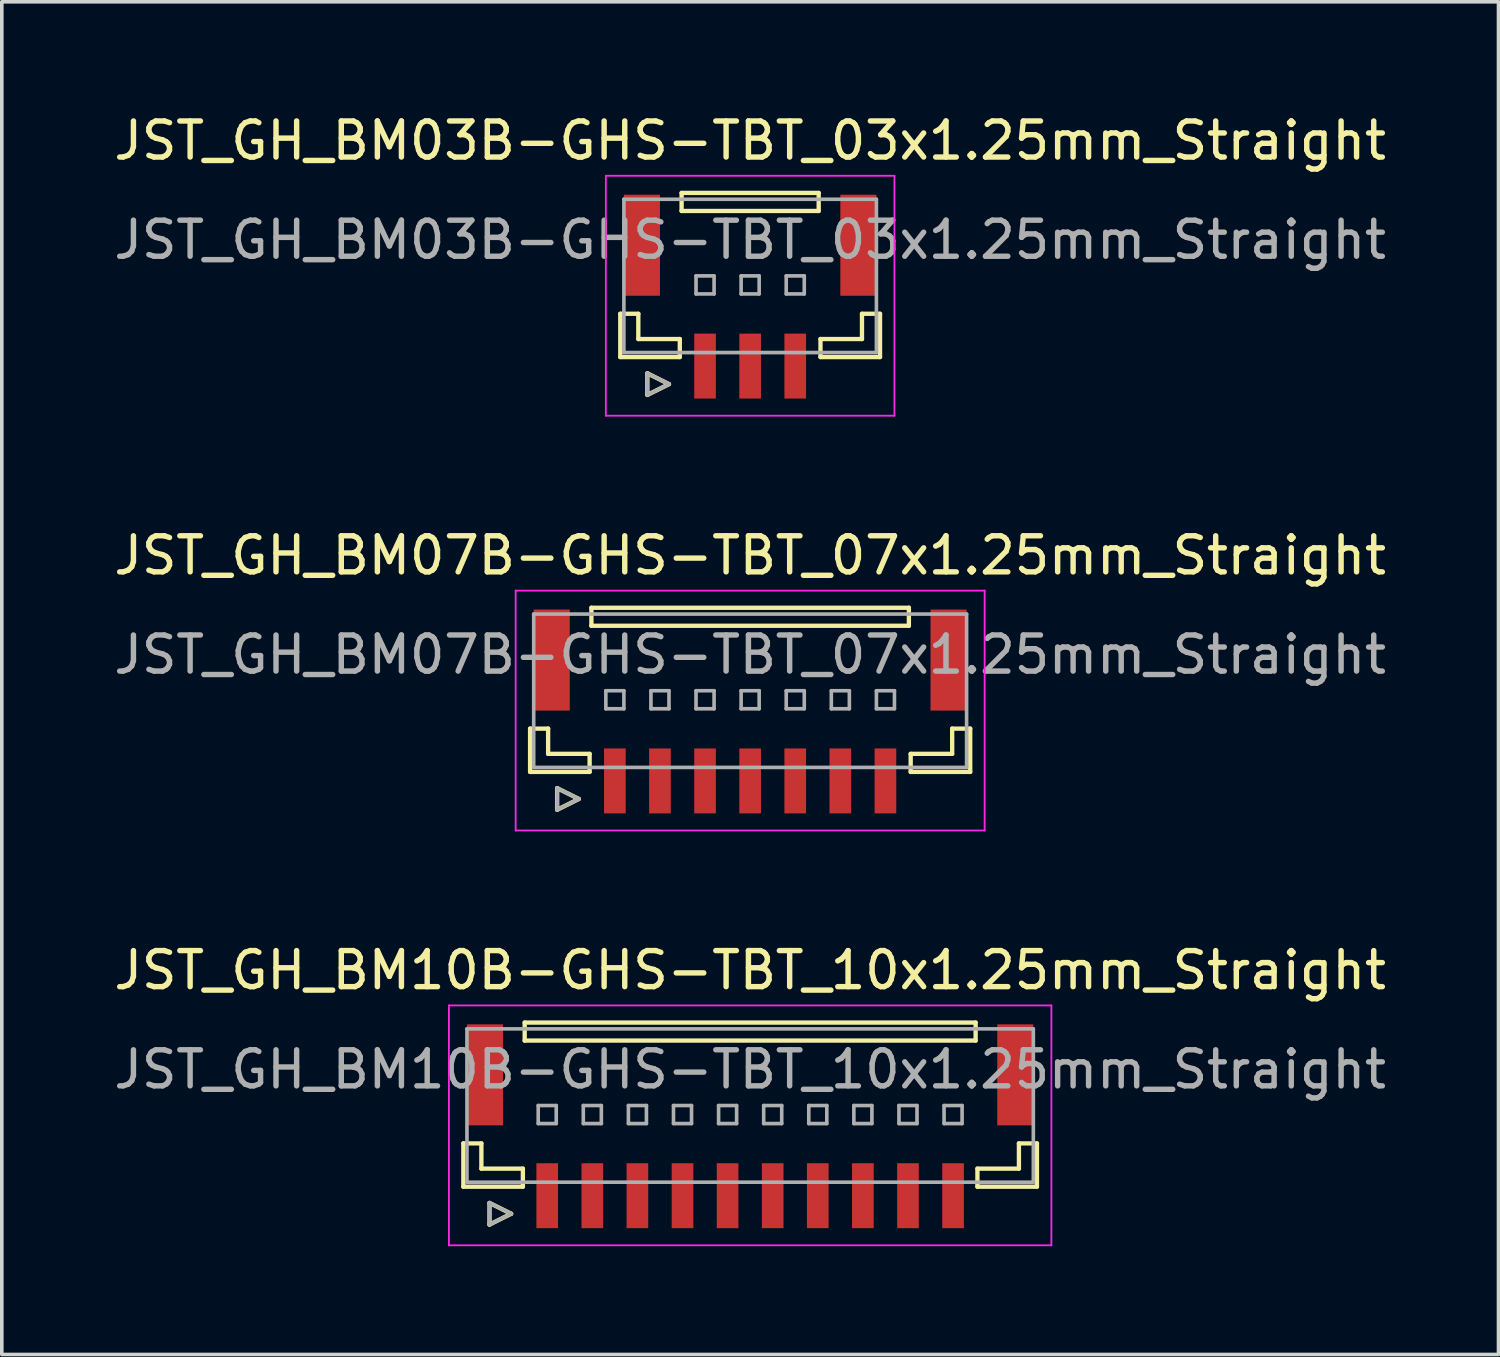
<source format=kicad_pcb>
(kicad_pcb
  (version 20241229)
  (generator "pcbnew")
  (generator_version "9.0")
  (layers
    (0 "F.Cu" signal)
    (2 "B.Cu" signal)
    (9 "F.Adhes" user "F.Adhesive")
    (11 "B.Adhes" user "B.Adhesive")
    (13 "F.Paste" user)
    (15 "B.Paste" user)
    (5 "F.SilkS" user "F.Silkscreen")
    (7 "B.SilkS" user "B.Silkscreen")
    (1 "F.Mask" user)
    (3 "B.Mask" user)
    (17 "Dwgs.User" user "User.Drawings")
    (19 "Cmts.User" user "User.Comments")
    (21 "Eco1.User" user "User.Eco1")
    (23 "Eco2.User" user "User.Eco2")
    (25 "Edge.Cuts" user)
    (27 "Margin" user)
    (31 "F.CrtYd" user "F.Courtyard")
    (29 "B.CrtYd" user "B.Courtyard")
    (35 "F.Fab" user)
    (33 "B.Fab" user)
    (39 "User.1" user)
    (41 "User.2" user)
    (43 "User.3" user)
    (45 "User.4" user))
  (footprint "JST_GH_BM07B-GHS-TBT_07x1.25mm_Straight"
    (layer "F.Cu")
    (at 17.744 16.922)
    (property "Reference" "JST_GH_BM07B-GHS-TBT_07x1.25mm_Straight" (at 0 -4.575 0) (layer "F.SilkS") (effects (font (size 1 1) (thickness 0.15))))
    (attr smd)
    (fp_line (start -6.1 0.225) (end -6.1 1.425) (stroke (width 0.12) (type solid)) (layer "F.SilkS"))
    (fp_line (start -6.1 1.425) (end -4.45 1.425) (stroke (width 0.12) (type solid)) (layer "F.SilkS"))
    (fp_line (start -5.6 0.225) (end -6.1 0.225) (stroke (width 0.12) (type solid)) (layer "F.SilkS"))
    (fp_line (start -5.6 0.925) (end -5.6 0.225) (stroke (width 0.12) (type solid)) (layer "F.SilkS"))
    (fp_line (start -5.35 1.875) (end -4.75 2.175) (stroke (width 0.12) (type solid)) (layer "F.SilkS"))
    (fp_line (start -5.35 2.475) (end -5.35 1.875) (stroke (width 0.12) (type solid)) (layer "F.SilkS"))
    (fp_line (start -4.75 2.175) (end -5.35 2.475) (stroke (width 0.12) (type solid)) (layer "F.SilkS"))
    (fp_line (start -4.45 0.925) (end -5.6 0.925) (stroke (width 0.12) (type solid)) (layer "F.SilkS"))
    (fp_line (start -4.45 1.425) (end -4.45 0.925) (stroke (width 0.12) (type solid)) (layer "F.SilkS"))
    (fp_line (start -4.4 -3.125) (end 4.4 -3.125) (stroke (width 0.12) (type solid)) (layer "F.SilkS"))
    (fp_line (start -4.4 -2.625) (end -4.4 -3.125) (stroke (width 0.12) (type solid)) (layer "F.SilkS"))
    (fp_line (start 4.4 -3.125) (end 4.4 -2.625) (stroke (width 0.12) (type solid)) (layer "F.SilkS"))
    (fp_line (start 4.4 -2.625) (end -4.4 -2.625) (stroke (width 0.12) (type solid)) (layer "F.SilkS"))
    (fp_line (start 4.45 0.925) (end 5.6 0.925) (stroke (width 0.12) (type solid)) (layer "F.SilkS"))
    (fp_line (start 4.45 1.425) (end 4.45 0.925) (stroke (width 0.12) (type solid)) (layer "F.SilkS"))
    (fp_line (start 5.6 0.225) (end 6.1 0.225) (stroke (width 0.12) (type solid)) (layer "F.SilkS"))
    (fp_line (start 5.6 0.925) (end 5.6 0.225) (stroke (width 0.12) (type solid)) (layer "F.SilkS"))
    (fp_line (start 6.1 0.225) (end 6.1 1.425) (stroke (width 0.12) (type solid)) (layer "F.SilkS"))
    (fp_line (start 6.1 1.425) (end 4.45 1.425) (stroke (width 0.12) (type solid)) (layer "F.SilkS"))
    (fp_line (start -6.5 -3.6) (end 6.5 -3.6) (stroke (width 0.05) (type solid)) (layer "F.CrtYd"))
    (fp_line (start -6.5 3.05) (end -6.5 -3.6) (stroke (width 0.05) (type solid)) (layer "F.CrtYd"))
    (fp_line (start 6.5 -3.6) (end 6.5 3.05) (stroke (width 0.05) (type solid)) (layer "F.CrtYd"))
    (fp_line (start 6.5 3.05) (end -6.5 3.05) (stroke (width 0.05) (type solid)) (layer "F.CrtYd"))
    (fp_line (start -6 -2.95) (end 6 -2.95) (stroke (width 0.1) (type solid)) (layer "F.Fab"))
    (fp_line (start -6 1.3) (end -6 -2.95) (stroke (width 0.1) (type solid)) (layer "F.Fab"))
    (fp_line (start -5.35 1.875) (end -4.75 2.175) (stroke (width 0.1) (type solid)) (layer "F.Fab"))
    (fp_line (start -5.35 2.475) (end -5.35 1.875) (stroke (width 0.1) (type solid)) (layer "F.Fab"))
    (fp_line (start -4.75 2.175) (end -5.35 2.475) (stroke (width 0.1) (type solid)) (layer "F.Fab"))
    (fp_line (start -4 -0.825) (end -3.5 -0.825) (stroke (width 0.1) (type solid)) (layer "F.Fab"))
    (fp_line (start -4 -0.325) (end -4 -0.825) (stroke (width 0.1) (type solid)) (layer "F.Fab"))
    (fp_line (start -3.5 -0.825) (end -3.5 -0.325) (stroke (width 0.1) (type solid)) (layer "F.Fab"))
    (fp_line (start -3.5 -0.325) (end -4 -0.325) (stroke (width 0.1) (type solid)) (layer "F.Fab"))
    (fp_line (start -2.75 -0.825) (end -2.25 -0.825) (stroke (width 0.1) (type solid)) (layer "F.Fab"))
    (fp_line (start -2.75 -0.325) (end -2.75 -0.825) (stroke (width 0.1) (type solid)) (layer "F.Fab"))
    (fp_line (start -2.25 -0.825) (end -2.25 -0.325) (stroke (width 0.1) (type solid)) (layer "F.Fab"))
    (fp_line (start -2.25 -0.325) (end -2.75 -0.325) (stroke (width 0.1) (type solid)) (layer "F.Fab"))
    (fp_line (start -1.5 -0.825) (end -1 -0.825) (stroke (width 0.1) (type solid)) (layer "F.Fab"))
    (fp_line (start -1.5 -0.325) (end -1.5 -0.825) (stroke (width 0.1) (type solid)) (layer "F.Fab"))
    (fp_line (start -1 -0.825) (end -1 -0.325) (stroke (width 0.1) (type solid)) (layer "F.Fab"))
    (fp_line (start -1 -0.325) (end -1.5 -0.325) (stroke (width 0.1) (type solid)) (layer "F.Fab"))
    (fp_line (start -0.25 -0.825) (end 0.25 -0.825) (stroke (width 0.1) (type solid)) (layer "F.Fab"))
    (fp_line (start -0.25 -0.325) (end -0.25 -0.825) (stroke (width 0.1) (type solid)) (layer "F.Fab"))
    (fp_line (start 0.25 -0.825) (end 0.25 -0.325) (stroke (width 0.1) (type solid)) (layer "F.Fab"))
    (fp_line (start 0.25 -0.325) (end -0.25 -0.325) (stroke (width 0.1) (type solid)) (layer "F.Fab"))
    (fp_line (start 1 -0.825) (end 1.5 -0.825) (stroke (width 0.1) (type solid)) (layer "F.Fab"))
    (fp_line (start 1 -0.325) (end 1 -0.825) (stroke (width 0.1) (type solid)) (layer "F.Fab"))
    (fp_line (start 1.5 -0.825) (end 1.5 -0.325) (stroke (width 0.1) (type solid)) (layer "F.Fab"))
    (fp_line (start 1.5 -0.325) (end 1 -0.325) (stroke (width 0.1) (type solid)) (layer "F.Fab"))
    (fp_line (start 2.25 -0.825) (end 2.75 -0.825) (stroke (width 0.1) (type solid)) (layer "F.Fab"))
    (fp_line (start 2.25 -0.325) (end 2.25 -0.825) (stroke (width 0.1) (type solid)) (layer "F.Fab"))
    (fp_line (start 2.75 -0.825) (end 2.75 -0.325) (stroke (width 0.1) (type solid)) (layer "F.Fab"))
    (fp_line (start 2.75 -0.325) (end 2.25 -0.325) (stroke (width 0.1) (type solid)) (layer "F.Fab"))
    (fp_line (start 3.5 -0.825) (end 4 -0.825) (stroke (width 0.1) (type solid)) (layer "F.Fab"))
    (fp_line (start 3.5 -0.325) (end 3.5 -0.825) (stroke (width 0.1) (type solid)) (layer "F.Fab"))
    (fp_line (start 4 -0.825) (end 4 -0.325) (stroke (width 0.1) (type solid)) (layer "F.Fab"))
    (fp_line (start 4 -0.325) (end 3.5 -0.325) (stroke (width 0.1) (type solid)) (layer "F.Fab"))
    (fp_line (start 6 -2.95) (end 6 1.3) (stroke (width 0.1) (type solid)) (layer "F.Fab"))
    (fp_line (start 6 1.3) (end -6 1.3) (stroke (width 0.1) (type solid)) (layer "F.Fab"))
    (fp_text user "${REFERENCE}" (at 0 -1.825 0) (layer "F.Fab") (effects (font (size 1 1) (thickness 0.15))))
    (pad "" smd rect (at -5.5 -1.675) (size 1 2.8) (layers "F.Cu" "F.Mask" "F.Paste"))
    (pad "" smd rect (at 5.5 -1.675) (size 1 2.8) (layers "F.Cu" "F.Mask" "F.Paste"))
    (pad "1" smd rect (at -3.75 1.675) (size 0.6 1.8) (layers "F.Cu" "F.Mask" "F.Paste"))
    (pad "2" smd rect (at -2.5 1.675) (size 0.6 1.8) (layers "F.Cu" "F.Mask" "F.Paste"))
    (pad "3" smd rect (at -1.25 1.675) (size 0.6 1.8) (layers "F.Cu" "F.Mask" "F.Paste"))
    (pad "4" smd rect (at 0 1.675) (size 0.6 1.8) (layers "F.Cu" "F.Mask" "F.Paste"))
    (pad "5" smd rect (at 1.25 1.675) (size 0.6 1.8) (layers "F.Cu" "F.Mask" "F.Paste"))
    (pad "6" smd rect (at 2.5 1.675) (size 0.6 1.8) (layers "F.Cu" "F.Mask" "F.Paste"))
    (pad "7" smd rect (at 3.75 1.675) (size 0.6 1.8) (layers "F.Cu" "F.Mask" "F.Paste")))
  (footprint "JST_GH_BM03B-GHS-TBT_03x1.25mm_Straight"
    (layer "F.Cu")
    (at 17.744 5.423)
    (property "Reference" "JST_GH_BM03B-GHS-TBT_03x1.25mm_Straight" (at 0 -4.575 0) (layer "F.SilkS") (effects (font (size 1 1) (thickness 0.15))))
    (attr smd)
    (fp_line (start -3.6 0.225) (end -3.6 1.425) (stroke (width 0.12) (type solid)) (layer "F.SilkS"))
    (fp_line (start -3.6 1.425) (end -1.95 1.425) (stroke (width 0.12) (type solid)) (layer "F.SilkS"))
    (fp_line (start -3.1 0.225) (end -3.6 0.225) (stroke (width 0.12) (type solid)) (layer "F.SilkS"))
    (fp_line (start -3.1 0.925) (end -3.1 0.225) (stroke (width 0.12) (type solid)) (layer "F.SilkS"))
    (fp_line (start -2.85 1.875) (end -2.25 2.175) (stroke (width 0.12) (type solid)) (layer "F.SilkS"))
    (fp_line (start -2.85 2.475) (end -2.85 1.875) (stroke (width 0.12) (type solid)) (layer "F.SilkS"))
    (fp_line (start -2.25 2.175) (end -2.85 2.475) (stroke (width 0.12) (type solid)) (layer "F.SilkS"))
    (fp_line (start -1.95 0.925) (end -3.1 0.925) (stroke (width 0.12) (type solid)) (layer "F.SilkS"))
    (fp_line (start -1.95 1.425) (end -1.95 0.925) (stroke (width 0.12) (type solid)) (layer "F.SilkS"))
    (fp_line (start -1.9 -3.125) (end 1.9 -3.125) (stroke (width 0.12) (type solid)) (layer "F.SilkS"))
    (fp_line (start -1.9 -2.625) (end -1.9 -3.125) (stroke (width 0.12) (type solid)) (layer "F.SilkS"))
    (fp_line (start 1.9 -3.125) (end 1.9 -2.625) (stroke (width 0.12) (type solid)) (layer "F.SilkS"))
    (fp_line (start 1.9 -2.625) (end -1.9 -2.625) (stroke (width 0.12) (type solid)) (layer "F.SilkS"))
    (fp_line (start 1.95 0.925) (end 3.1 0.925) (stroke (width 0.12) (type solid)) (layer "F.SilkS"))
    (fp_line (start 1.95 1.425) (end 1.95 0.925) (stroke (width 0.12) (type solid)) (layer "F.SilkS"))
    (fp_line (start 3.1 0.225) (end 3.6 0.225) (stroke (width 0.12) (type solid)) (layer "F.SilkS"))
    (fp_line (start 3.1 0.925) (end 3.1 0.225) (stroke (width 0.12) (type solid)) (layer "F.SilkS"))
    (fp_line (start 3.6 0.225) (end 3.6 1.425) (stroke (width 0.12) (type solid)) (layer "F.SilkS"))
    (fp_line (start 3.6 1.425) (end 1.95 1.425) (stroke (width 0.12) (type solid)) (layer "F.SilkS"))
    (fp_line (start -4 -3.6) (end 4 -3.6) (stroke (width 0.05) (type solid)) (layer "F.CrtYd"))
    (fp_line (start -4 3.05) (end -4 -3.6) (stroke (width 0.05) (type solid)) (layer "F.CrtYd"))
    (fp_line (start 4 -3.6) (end 4 3.05) (stroke (width 0.05) (type solid)) (layer "F.CrtYd"))
    (fp_line (start 4 3.05) (end -4 3.05) (stroke (width 0.05) (type solid)) (layer "F.CrtYd"))
    (fp_line (start -3.5 -2.95) (end 3.5 -2.95) (stroke (width 0.1) (type solid)) (layer "F.Fab"))
    (fp_line (start -3.5 1.3) (end -3.5 -2.95) (stroke (width 0.1) (type solid)) (layer "F.Fab"))
    (fp_line (start -2.85 1.875) (end -2.25 2.175) (stroke (width 0.1) (type solid)) (layer "F.Fab"))
    (fp_line (start -2.85 2.475) (end -2.85 1.875) (stroke (width 0.1) (type solid)) (layer "F.Fab"))
    (fp_line (start -2.25 2.175) (end -2.85 2.475) (stroke (width 0.1) (type solid)) (layer "F.Fab"))
    (fp_line (start -1.5 -0.825) (end -1 -0.825) (stroke (width 0.1) (type solid)) (layer "F.Fab"))
    (fp_line (start -1.5 -0.325) (end -1.5 -0.825) (stroke (width 0.1) (type solid)) (layer "F.Fab"))
    (fp_line (start -1 -0.825) (end -1 -0.325) (stroke (width 0.1) (type solid)) (layer "F.Fab"))
    (fp_line (start -1 -0.325) (end -1.5 -0.325) (stroke (width 0.1) (type solid)) (layer "F.Fab"))
    (fp_line (start -0.25 -0.825) (end 0.25 -0.825) (stroke (width 0.1) (type solid)) (layer "F.Fab"))
    (fp_line (start -0.25 -0.325) (end -0.25 -0.825) (stroke (width 0.1) (type solid)) (layer "F.Fab"))
    (fp_line (start 0.25 -0.825) (end 0.25 -0.325) (stroke (width 0.1) (type solid)) (layer "F.Fab"))
    (fp_line (start 0.25 -0.325) (end -0.25 -0.325) (stroke (width 0.1) (type solid)) (layer "F.Fab"))
    (fp_line (start 1 -0.825) (end 1.5 -0.825) (stroke (width 0.1) (type solid)) (layer "F.Fab"))
    (fp_line (start 1 -0.325) (end 1 -0.825) (stroke (width 0.1) (type solid)) (layer "F.Fab"))
    (fp_line (start 1.5 -0.825) (end 1.5 -0.325) (stroke (width 0.1) (type solid)) (layer "F.Fab"))
    (fp_line (start 1.5 -0.325) (end 1 -0.325) (stroke (width 0.1) (type solid)) (layer "F.Fab"))
    (fp_line (start 3.5 -2.95) (end 3.5 1.3) (stroke (width 0.1) (type solid)) (layer "F.Fab"))
    (fp_line (start 3.5 1.3) (end -3.5 1.3) (stroke (width 0.1) (type solid)) (layer "F.Fab"))
    (fp_text user "${REFERENCE}" (at 0 -1.825 0) (layer "F.Fab") (effects (font (size 1 1) (thickness 0.15))))
    (pad "" smd rect (at -3 -1.675) (size 1 2.8) (layers "F.Cu" "F.Mask" "F.Paste"))
    (pad "" smd rect (at 3 -1.675) (size 1 2.8) (layers "F.Cu" "F.Mask" "F.Paste"))
    (pad "1" smd rect (at -1.25 1.675) (size 0.6 1.8) (layers "F.Cu" "F.Mask" "F.Paste"))
    (pad "2" smd rect (at 0 1.675) (size 0.6 1.8) (layers "F.Cu" "F.Mask" "F.Paste"))
    (pad "3" smd rect (at 1.25 1.675) (size 0.6 1.8) (layers "F.Cu" "F.Mask" "F.Paste")))
  (footprint "JST_GH_BM10B-GHS-TBT_10x1.25mm_Straight"
    (layer "F.Cu")
    (at 17.744 28.42)
    (property "Reference" "JST_GH_BM10B-GHS-TBT_10x1.25mm_Straight" (at 0 -4.575 0) (layer "F.SilkS") (effects (font (size 1 1) (thickness 0.15))))
    (attr smd)
    (fp_line (start -7.95 0.225) (end -7.95 1.425) (stroke (width 0.12) (type solid)) (layer "F.SilkS"))
    (fp_line (start -7.95 1.425) (end -6.3 1.425) (stroke (width 0.12) (type solid)) (layer "F.SilkS"))
    (fp_line (start -7.45 0.225) (end -7.95 0.225) (stroke (width 0.12) (type solid)) (layer "F.SilkS"))
    (fp_line (start -7.45 0.925) (end -7.45 0.225) (stroke (width 0.12) (type solid)) (layer "F.SilkS"))
    (fp_line (start -7.225 1.875) (end -6.625 2.175) (stroke (width 0.12) (type solid)) (layer "F.SilkS"))
    (fp_line (start -7.225 2.475) (end -7.225 1.875) (stroke (width 0.12) (type solid)) (layer "F.SilkS"))
    (fp_line (start -6.625 2.175) (end -7.225 2.475) (stroke (width 0.12) (type solid)) (layer "F.SilkS"))
    (fp_line (start -6.3 0.925) (end -7.45 0.925) (stroke (width 0.12) (type solid)) (layer "F.SilkS"))
    (fp_line (start -6.3 1.425) (end -6.3 0.925) (stroke (width 0.12) (type solid)) (layer "F.SilkS"))
    (fp_line (start -6.25 -3.125) (end 6.25 -3.125) (stroke (width 0.12) (type solid)) (layer "F.SilkS"))
    (fp_line (start -6.25 -2.625) (end -6.25 -3.125) (stroke (width 0.12) (type solid)) (layer "F.SilkS"))
    (fp_line (start 6.25 -3.125) (end 6.25 -2.625) (stroke (width 0.12) (type solid)) (layer "F.SilkS"))
    (fp_line (start 6.25 -2.625) (end -6.25 -2.625) (stroke (width 0.12) (type solid)) (layer "F.SilkS"))
    (fp_line (start 6.3 0.925) (end 7.45 0.925) (stroke (width 0.12) (type solid)) (layer "F.SilkS"))
    (fp_line (start 6.3 1.425) (end 6.3 0.925) (stroke (width 0.12) (type solid)) (layer "F.SilkS"))
    (fp_line (start 7.45 0.225) (end 7.95 0.225) (stroke (width 0.12) (type solid)) (layer "F.SilkS"))
    (fp_line (start 7.45 0.925) (end 7.45 0.225) (stroke (width 0.12) (type solid)) (layer "F.SilkS"))
    (fp_line (start 7.95 0.225) (end 7.95 1.425) (stroke (width 0.12) (type solid)) (layer "F.SilkS"))
    (fp_line (start 7.95 1.425) (end 6.3 1.425) (stroke (width 0.12) (type solid)) (layer "F.SilkS"))
    (fp_line (start -8.35 -3.6) (end 8.35 -3.6) (stroke (width 0.05) (type solid)) (layer "F.CrtYd"))
    (fp_line (start -8.35 3.05) (end -8.35 -3.6) (stroke (width 0.05) (type solid)) (layer "F.CrtYd"))
    (fp_line (start 8.35 -3.6) (end 8.35 3.05) (stroke (width 0.05) (type solid)) (layer "F.CrtYd"))
    (fp_line (start 8.35 3.05) (end -8.35 3.05) (stroke (width 0.05) (type solid)) (layer "F.CrtYd"))
    (fp_line (start -7.85 -2.95) (end 7.85 -2.95) (stroke (width 0.1) (type solid)) (layer "F.Fab"))
    (fp_line (start -7.85 1.3) (end -7.85 -2.95) (stroke (width 0.1) (type solid)) (layer "F.Fab"))
    (fp_line (start -7.225 1.875) (end -6.625 2.175) (stroke (width 0.1) (type solid)) (layer "F.Fab"))
    (fp_line (start -7.225 2.475) (end -7.225 1.875) (stroke (width 0.1) (type solid)) (layer "F.Fab"))
    (fp_line (start -6.625 2.175) (end -7.225 2.475) (stroke (width 0.1) (type solid)) (layer "F.Fab"))
    (fp_line (start -5.875 -0.825) (end -5.375 -0.825) (stroke (width 0.1) (type solid)) (layer "F.Fab"))
    (fp_line (start -5.875 -0.325) (end -5.875 -0.825) (stroke (width 0.1) (type solid)) (layer "F.Fab"))
    (fp_line (start -5.375 -0.825) (end -5.375 -0.325) (stroke (width 0.1) (type solid)) (layer "F.Fab"))
    (fp_line (start -5.375 -0.325) (end -5.875 -0.325) (stroke (width 0.1) (type solid)) (layer "F.Fab"))
    (fp_line (start -4.625 -0.825) (end -4.125 -0.825) (stroke (width 0.1) (type solid)) (layer "F.Fab"))
    (fp_line (start -4.625 -0.325) (end -4.625 -0.825) (stroke (width 0.1) (type solid)) (layer "F.Fab"))
    (fp_line (start -4.125 -0.825) (end -4.125 -0.325) (stroke (width 0.1) (type solid)) (layer "F.Fab"))
    (fp_line (start -4.125 -0.325) (end -4.625 -0.325) (stroke (width 0.1) (type solid)) (layer "F.Fab"))
    (fp_line (start -3.375 -0.825) (end -2.875 -0.825) (stroke (width 0.1) (type solid)) (layer "F.Fab"))
    (fp_line (start -3.375 -0.325) (end -3.375 -0.825) (stroke (width 0.1) (type solid)) (layer "F.Fab"))
    (fp_line (start -2.875 -0.825) (end -2.875 -0.325) (stroke (width 0.1) (type solid)) (layer "F.Fab"))
    (fp_line (start -2.875 -0.325) (end -3.375 -0.325) (stroke (width 0.1) (type solid)) (layer "F.Fab"))
    (fp_line (start -2.125 -0.825) (end -1.625 -0.825) (stroke (width 0.1) (type solid)) (layer "F.Fab"))
    (fp_line (start -2.125 -0.325) (end -2.125 -0.825) (stroke (width 0.1) (type solid)) (layer "F.Fab"))
    (fp_line (start -1.625 -0.825) (end -1.625 -0.325) (stroke (width 0.1) (type solid)) (layer "F.Fab"))
    (fp_line (start -1.625 -0.325) (end -2.125 -0.325) (stroke (width 0.1) (type solid)) (layer "F.Fab"))
    (fp_line (start -0.875 -0.825) (end -0.375 -0.825) (stroke (width 0.1) (type solid)) (layer "F.Fab"))
    (fp_line (start -0.875 -0.325) (end -0.875 -0.825) (stroke (width 0.1) (type solid)) (layer "F.Fab"))
    (fp_line (start -0.375 -0.825) (end -0.375 -0.325) (stroke (width 0.1) (type solid)) (layer "F.Fab"))
    (fp_line (start -0.375 -0.325) (end -0.875 -0.325) (stroke (width 0.1) (type solid)) (layer "F.Fab"))
    (fp_line (start 0.375 -0.825) (end 0.875 -0.825) (stroke (width 0.1) (type solid)) (layer "F.Fab"))
    (fp_line (start 0.375 -0.325) (end 0.375 -0.825) (stroke (width 0.1) (type solid)) (layer "F.Fab"))
    (fp_line (start 0.875 -0.825) (end 0.875 -0.325) (stroke (width 0.1) (type solid)) (layer "F.Fab"))
    (fp_line (start 0.875 -0.325) (end 0.375 -0.325) (stroke (width 0.1) (type solid)) (layer "F.Fab"))
    (fp_line (start 1.625 -0.825) (end 2.125 -0.825) (stroke (width 0.1) (type solid)) (layer "F.Fab"))
    (fp_line (start 1.625 -0.325) (end 1.625 -0.825) (stroke (width 0.1) (type solid)) (layer "F.Fab"))
    (fp_line (start 2.125 -0.825) (end 2.125 -0.325) (stroke (width 0.1) (type solid)) (layer "F.Fab"))
    (fp_line (start 2.125 -0.325) (end 1.625 -0.325) (stroke (width 0.1) (type solid)) (layer "F.Fab"))
    (fp_line (start 2.875 -0.825) (end 3.375 -0.825) (stroke (width 0.1) (type solid)) (layer "F.Fab"))
    (fp_line (start 2.875 -0.325) (end 2.875 -0.825) (stroke (width 0.1) (type solid)) (layer "F.Fab"))
    (fp_line (start 3.375 -0.825) (end 3.375 -0.325) (stroke (width 0.1) (type solid)) (layer "F.Fab"))
    (fp_line (start 3.375 -0.325) (end 2.875 -0.325) (stroke (width 0.1) (type solid)) (layer "F.Fab"))
    (fp_line (start 4.125 -0.825) (end 4.625 -0.825) (stroke (width 0.1) (type solid)) (layer "F.Fab"))
    (fp_line (start 4.125 -0.325) (end 4.125 -0.825) (stroke (width 0.1) (type solid)) (layer "F.Fab"))
    (fp_line (start 4.625 -0.825) (end 4.625 -0.325) (stroke (width 0.1) (type solid)) (layer "F.Fab"))
    (fp_line (start 4.625 -0.325) (end 4.125 -0.325) (stroke (width 0.1) (type solid)) (layer "F.Fab"))
    (fp_line (start 5.375 -0.825) (end 5.875 -0.825) (stroke (width 0.1) (type solid)) (layer "F.Fab"))
    (fp_line (start 5.375 -0.325) (end 5.375 -0.825) (stroke (width 0.1) (type solid)) (layer "F.Fab"))
    (fp_line (start 5.875 -0.825) (end 5.875 -0.325) (stroke (width 0.1) (type solid)) (layer "F.Fab"))
    (fp_line (start 5.875 -0.325) (end 5.375 -0.325) (stroke (width 0.1) (type solid)) (layer "F.Fab"))
    (fp_line (start 7.85 -2.95) (end 7.85 1.3) (stroke (width 0.1) (type solid)) (layer "F.Fab"))
    (fp_line (start 7.85 1.3) (end -7.85 1.3) (stroke (width 0.1) (type solid)) (layer "F.Fab"))
    (fp_text user "${REFERENCE}" (at 0 -1.825 0) (layer "F.Fab") (effects (font (size 1 1) (thickness 0.15))))
    (pad "" smd rect (at -7.35 -1.675) (size 1 2.8) (layers "F.Cu" "F.Mask" "F.Paste"))
    (pad "" smd rect (at 7.35 -1.675) (size 1 2.8) (layers "F.Cu" "F.Mask" "F.Paste"))
    (pad "1" smd rect (at -5.625 1.675) (size 0.6 1.8) (layers "F.Cu" "F.Mask" "F.Paste"))
    (pad "2" smd rect (at -4.375 1.675) (size 0.6 1.8) (layers "F.Cu" "F.Mask" "F.Paste"))
    (pad "3" smd rect (at -3.125 1.675) (size 0.6 1.8) (layers "F.Cu" "F.Mask" "F.Paste"))
    (pad "4" smd rect (at -1.875 1.675) (size 0.6 1.8) (layers "F.Cu" "F.Mask" "F.Paste"))
    (pad "5" smd rect (at -0.625 1.675) (size 0.6 1.8) (layers "F.Cu" "F.Mask" "F.Paste"))
    (pad "6" smd rect (at 0.625 1.675) (size 0.6 1.8) (layers "F.Cu" "F.Mask" "F.Paste"))
    (pad "7" smd rect (at 1.875 1.675) (size 0.6 1.8) (layers "F.Cu" "F.Mask" "F.Paste"))
    (pad "8" smd rect (at 3.125 1.675) (size 0.6 1.8) (layers "F.Cu" "F.Mask" "F.Paste"))
    (pad "9" smd rect (at 4.375 1.675) (size 0.6 1.8) (layers "F.Cu" "F.Mask" "F.Paste"))
    (pad "10" smd rect (at 5.625 1.675) (size 0.6 1.8) (layers "F.Cu" "F.Mask" "F.Paste")))
  (gr_rect
    (start -3 -3)
    (end 38.488 34.495)
    (stroke (width 0.1) (type default))
    (fill no)
    (layer "Edge.Cuts")))
</source>
